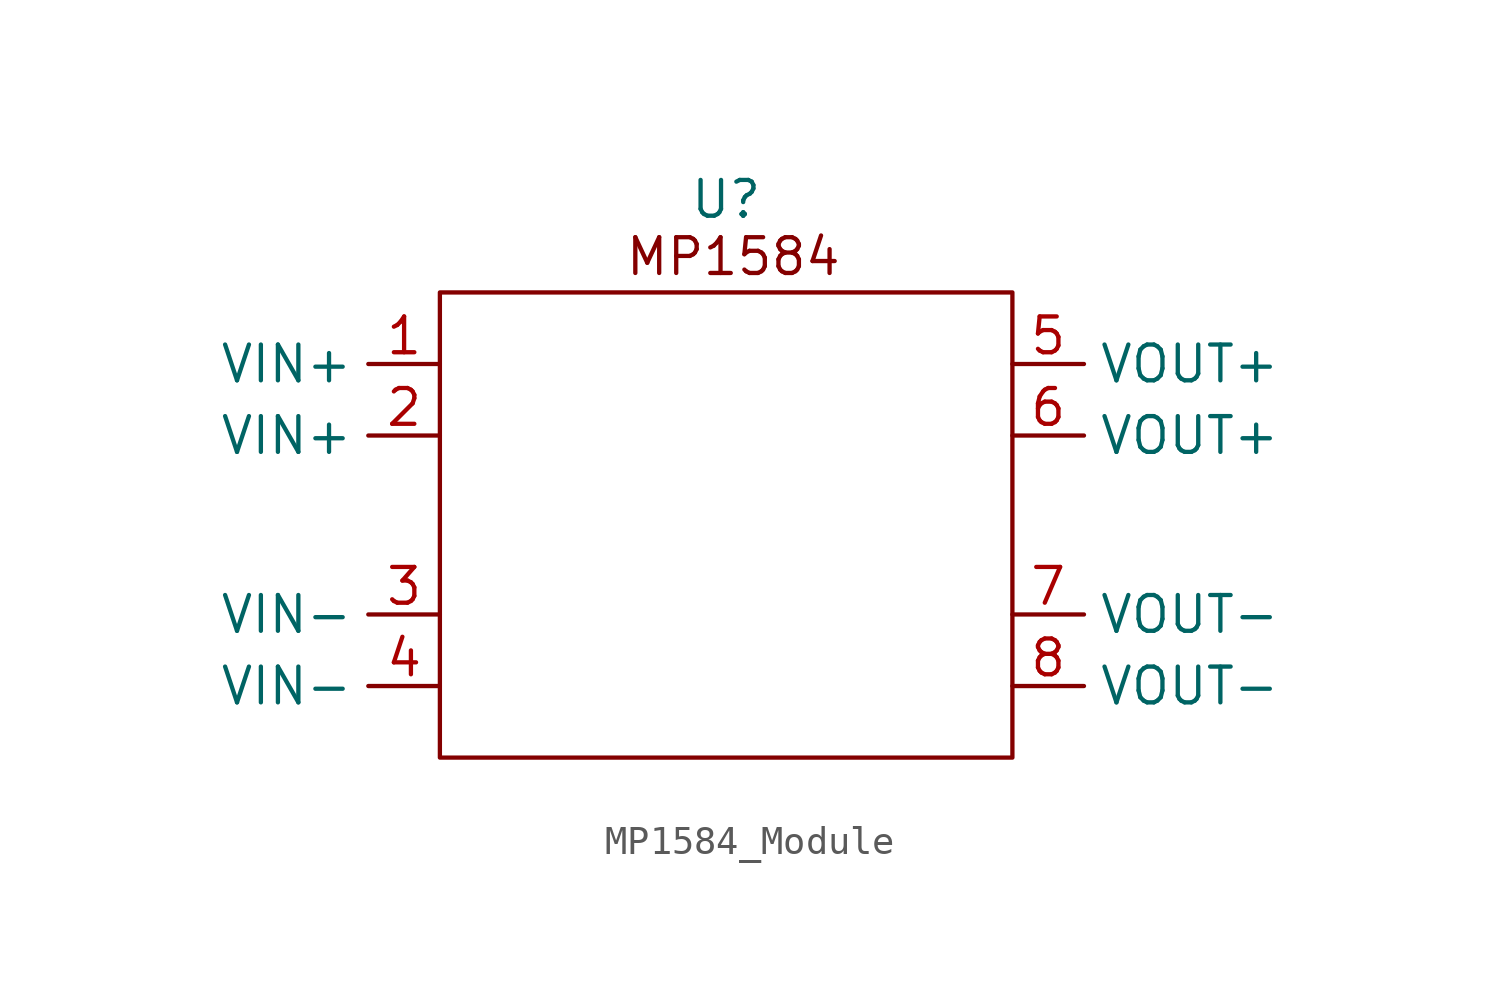
<source format=kicad_sym>
(kicad_symbol_lib
  (version 20241209)
  (generator "kicad_symbol_editor")
  (generator_version "9.0")
  (symbol "MP1584_Module"
    (property "Reference" "U"
      (at 0 2.032 0)
      (effects (font (size 1.27 1.27))))
    (property "Value" ""
      (at 0 0 0)
      (effects (font (size 1.27 1.27))))
    (symbol "MP1584_Module_0_1"
      (rectangle (start -10.16 -1.27) (end 10.16 -17.78) (stroke (width 0) (type default)) (fill (type none))))
    (symbol "MP1584_Module_1_1"
      (text "MP1584" (at 0.254 0 0) (effects (font (size 1.27 1.27))))
      (pin power_in line (at -10.16 -3.81 180) (length 2.54) (name "VIN+" (effects (font (size 1.27 1.27)))) (number "1" (effects (font (size 1.27 1.27)))))
      (pin passive line (at -10.16 -6.35 180) (length 2.54) (name "VIN+" (effects (font (size 1.27 1.27)))) (number "2" (effects (font (size 1.27 1.27)))))
      (pin power_in line (at -10.16 -12.7 180) (length 2.54) (name "VIN-" (effects (font (size 1.27 1.27)))) (number "3" (effects (font (size 1.27 1.27)))))
      (pin passive line (at -10.16 -15.24 180) (length 2.54) (name "VIN-" (effects (font (size 1.27 1.27)))) (number "4" (effects (font (size 1.27 1.27)))))
      (pin power_out line (at 10.16 -3.81 0) (length 2.54) (name "VOUT+" (effects (font (size 1.27 1.27)))) (number "5" (effects (font (size 1.27 1.27)))))
      (pin passive line (at 10.16 -6.35 0) (length 2.54) (name "VOUT+" (effects (font (size 1.27 1.27)))) (number "6" (effects (font (size 1.27 1.27)))))
      (pin passive line (at 10.16 -12.7 0) (length 2.54) (name "VOUT-" (effects (font (size 1.27 1.27)))) (number "7" (effects (font (size 1.27 1.27)))))
      (pin passive line (at 10.16 -15.24 0) (length 2.54) (name "VOUT-" (effects (font (size 1.27 1.27)))) (number "8" (effects (font (size 1.27 1.27))))))))
</source>
